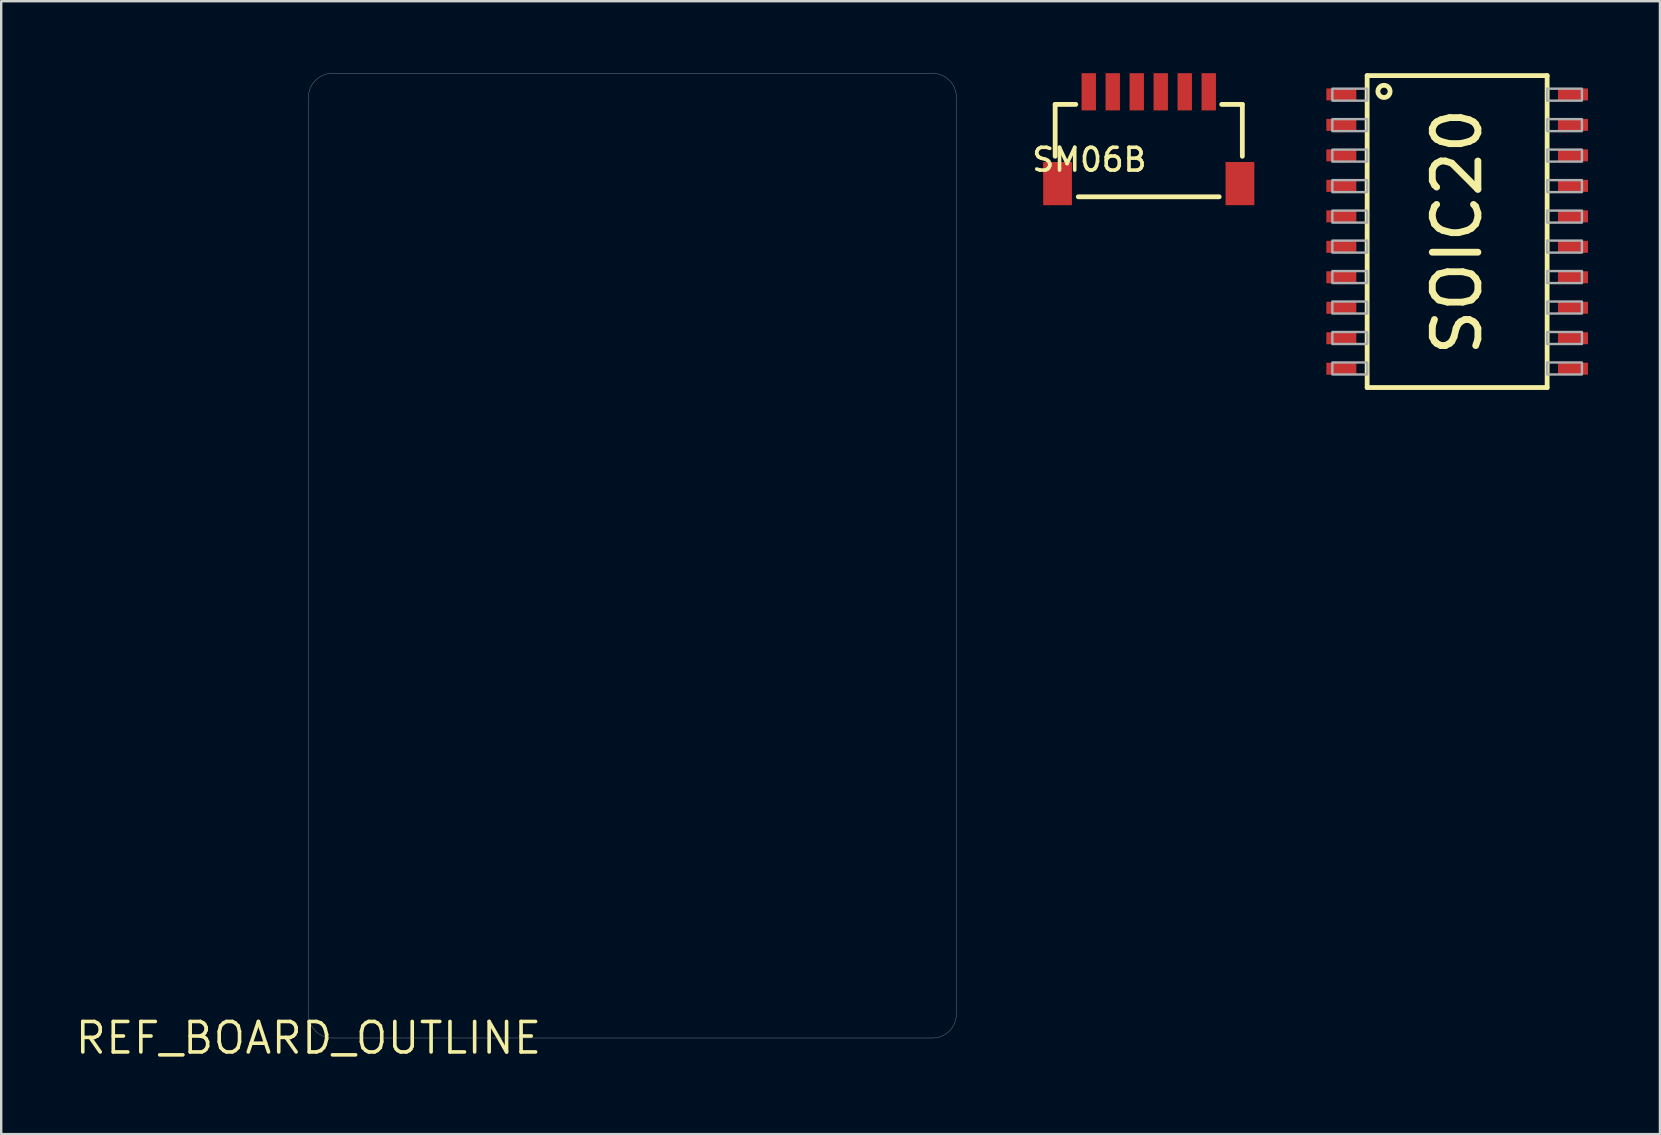
<source format=kicad_pcb>
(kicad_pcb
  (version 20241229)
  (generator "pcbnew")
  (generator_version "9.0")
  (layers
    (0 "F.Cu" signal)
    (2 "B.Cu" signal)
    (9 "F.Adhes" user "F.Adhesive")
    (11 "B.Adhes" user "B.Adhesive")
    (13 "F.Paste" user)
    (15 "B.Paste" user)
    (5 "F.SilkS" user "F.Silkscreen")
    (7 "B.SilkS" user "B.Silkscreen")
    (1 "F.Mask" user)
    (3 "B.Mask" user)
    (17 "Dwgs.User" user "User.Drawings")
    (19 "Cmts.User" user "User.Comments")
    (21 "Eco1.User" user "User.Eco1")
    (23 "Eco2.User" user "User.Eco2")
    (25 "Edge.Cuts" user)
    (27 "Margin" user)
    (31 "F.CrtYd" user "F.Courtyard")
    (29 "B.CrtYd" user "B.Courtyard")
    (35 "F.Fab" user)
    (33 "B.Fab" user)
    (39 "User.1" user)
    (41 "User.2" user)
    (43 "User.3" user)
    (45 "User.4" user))
  (footprint "SM06B"
    (layer "F.Cu")
    (at 44.819 3.05)
    (property "Reference" "SM06B" (at 0 0 0) (layer "F.SilkS") (effects (font (size 0.95 0.95) (thickness 0.15)) (justify right top)))
    (attr through_hole)
    (fp_line (start -3.9 0.412) (end -3.9 -1.75) (stroke (width 0.2) (type solid)) (layer "F.SilkS"))
    (fp_line (start -3.04 -1.75) (end -3.9 -1.75) (stroke (width 0.2) (type solid)) (layer "F.SilkS"))
    (fp_line (start -2.936 2.1) (end 2.936 2.1) (stroke (width 0.2) (type solid)) (layer "F.SilkS"))
    (fp_line (start 3.04 -1.75) (end 3.9 -1.75) (stroke (width 0.2) (type solid)) (layer "F.SilkS"))
    (fp_line (start 3.9 -1.75) (end 3.9 0.412) (stroke (width 0.2) (type solid)) (layer "F.SilkS"))
    (pad "1" smd rect (at -2.5 -2.275) (size 0.6 1.55) (layers "F.Cu" "F.Mask" "F.Paste"))
    (pad "2" smd rect (at -1.5 -2.275) (size 0.6 1.55) (layers "F.Cu" "F.Mask" "F.Paste"))
    (pad "3" smd rect (at -0.5 -2.275) (size 0.6 1.55) (layers "F.Cu" "F.Mask" "F.Paste"))
    (pad "4" smd rect (at 0.5 -2.275) (size 0.6 1.55) (layers "F.Cu" "F.Mask" "F.Paste"))
    (pad "5" smd rect (at 1.5 -2.275) (size 0.6 1.55) (layers "F.Cu" "F.Mask" "F.Paste"))
    (pad "6" smd rect (at 2.5 -2.275) (size 0.6 1.55) (layers "F.Cu" "F.Mask" "F.Paste"))
    (pad "G1" smd rect (at -3.8 1.55) (size 1.2 1.8) (layers "F.Cu" "F.Mask" "F.Paste"))
    (pad "G2" smd rect (at 3.8 1.55) (size 1.2 1.8) (layers "F.Cu" "F.Mask" "F.Paste")))
  (footprint "SOIC20"
    (layer "F.Cu")
    (at 57.67 6.6)
    (property "Reference" "SOIC20" (at 0 0 90) (layer "F.SilkS") (effects (font (size 1.9 1.9) (thickness 0.285))))
    (attr through_hole)
    (fp_line (start -3.75 -6.5) (end -3.75 6.5) (stroke (width 0.2) (type solid)) (layer "F.SilkS"))
    (fp_line (start 3.75 -6.5) (end -3.75 -6.5) (stroke (width 0.2) (type solid)) (layer "F.SilkS"))
    (fp_line (start 3.75 -6.5) (end 3.75 6.5) (stroke (width 0.2) (type solid)) (layer "F.SilkS"))
    (fp_line (start 3.75 6.5) (end -3.75 6.5) (stroke (width 0.2) (type solid)) (layer "F.SilkS"))
    (fp_circle (center -3.048 -5.842) (end -2.794 -5.842) (stroke (width 0.2) (type solid)) (fill no) (layer "F.SilkS"))
    (fp_poly (pts (xy -5.2 -5.955) (xy -5.2 -5.455) (xy -3.75 -5.455) (xy -3.75 -5.955)) (stroke (width 0.1) (type solid)) (fill no) (layer "F.Fab"))
    (fp_poly (pts (xy -5.2 -4.685) (xy -5.2 -4.185) (xy -3.75 -4.185) (xy -3.75 -4.685)) (stroke (width 0.1) (type solid)) (fill no) (layer "F.Fab"))
    (fp_poly (pts (xy -5.2 -3.415) (xy -5.2 -2.915) (xy -3.75 -2.915) (xy -3.75 -3.415)) (stroke (width 0.1) (type solid)) (fill no) (layer "F.Fab"))
    (fp_poly (pts (xy -5.2 -2.145) (xy -5.2 -1.645) (xy -3.75 -1.645) (xy -3.75 -2.145)) (stroke (width 0.1) (type solid)) (fill no) (layer "F.Fab"))
    (fp_poly (pts (xy -5.2 -0.875) (xy -5.2 -0.375) (xy -3.75 -0.375) (xy -3.75 -0.875)) (stroke (width 0.1) (type solid)) (fill no) (layer "F.Fab"))
    (fp_poly (pts (xy -5.2 0.375) (xy -5.2 0.875) (xy -3.75 0.875) (xy -3.75 0.375)) (stroke (width 0.1) (type solid)) (fill no) (layer "F.Fab"))
    (fp_poly (pts (xy -5.2 1.645) (xy -5.2 2.145) (xy -3.75 2.145) (xy -3.75 1.645)) (stroke (width 0.1) (type solid)) (fill no) (layer "F.Fab"))
    (fp_poly (pts (xy -5.2 2.915) (xy -5.2 3.415) (xy -3.75 3.415) (xy -3.75 2.915)) (stroke (width 0.1) (type solid)) (fill no) (layer "F.Fab"))
    (fp_poly (pts (xy -5.2 4.185) (xy -5.2 4.685) (xy -3.75 4.685) (xy -3.75 4.185)) (stroke (width 0.1) (type solid)) (fill no) (layer "F.Fab"))
    (fp_poly (pts (xy -5.2 5.455) (xy -5.2 5.955) (xy -3.75 5.955) (xy -3.75 5.455)) (stroke (width 0.1) (type solid)) (fill no) (layer "F.Fab"))
    (fp_poly (pts (xy 3.75 -5.955) (xy 3.75 -5.455) (xy 5.2 -5.455) (xy 5.2 -5.955)) (stroke (width 0.1) (type solid)) (fill no) (layer "F.Fab"))
    (fp_poly (pts (xy 3.75 -4.685) (xy 3.75 -4.185) (xy 5.2 -4.185) (xy 5.2 -4.685)) (stroke (width 0.1) (type solid)) (fill no) (layer "F.Fab"))
    (fp_poly (pts (xy 3.75 -3.415) (xy 3.75 -2.915) (xy 5.2 -2.915) (xy 5.2 -3.415)) (stroke (width 0.1) (type solid)) (fill no) (layer "F.Fab"))
    (fp_poly (pts (xy 3.75 -2.145) (xy 3.75 -1.645) (xy 5.2 -1.645) (xy 5.2 -2.145)) (stroke (width 0.1) (type solid)) (fill no) (layer "F.Fab"))
    (fp_poly (pts (xy 3.75 -0.875) (xy 3.75 -0.375) (xy 5.2 -0.375) (xy 5.2 -0.875)) (stroke (width 0.1) (type solid)) (fill no) (layer "F.Fab"))
    (fp_poly (pts (xy 3.75 0.375) (xy 3.75 0.875) (xy 5.2 0.875) (xy 5.2 0.375)) (stroke (width 0.1) (type solid)) (fill no) (layer "F.Fab"))
    (fp_poly (pts (xy 3.75 1.645) (xy 3.75 2.145) (xy 5.2 2.145) (xy 5.2 1.645)) (stroke (width 0.1) (type solid)) (fill no) (layer "F.Fab"))
    (fp_poly (pts (xy 3.75 2.915) (xy 3.75 3.415) (xy 5.2 3.415) (xy 5.2 2.915)) (stroke (width 0.1) (type solid)) (fill no) (layer "F.Fab"))
    (fp_poly (pts (xy 3.75 4.185) (xy 3.75 4.685) (xy 5.2 4.685) (xy 5.2 4.185)) (stroke (width 0.1) (type solid)) (fill no) (layer "F.Fab"))
    (fp_poly (pts (xy 3.75 5.455) (xy 3.75 5.955) (xy 5.2 5.955) (xy 5.2 5.455)) (stroke (width 0.1) (type solid)) (fill no) (layer "F.Fab"))
    (pad "1" smd rect (at -4.826 -5.715) (size 1.25 0.5) (layers "F.Cu" "F.Mask" "F.Paste"))
    (pad "2" smd rect (at -4.826 -4.445) (size 1.25 0.5) (layers "F.Cu" "F.Mask" "F.Paste"))
    (pad "3" smd rect (at -4.826 -3.175) (size 1.25 0.5) (layers "F.Cu" "F.Mask" "F.Paste"))
    (pad "4" smd rect (at -4.826 -1.905) (size 1.25 0.5) (layers "F.Cu" "F.Mask" "F.Paste"))
    (pad "5" smd rect (at -4.826 -0.635) (size 1.25 0.5) (layers "F.Cu" "F.Mask" "F.Paste"))
    (pad "6" smd rect (at -4.826 0.635) (size 1.25 0.5) (layers "F.Cu" "F.Mask" "F.Paste"))
    (pad "7" smd rect (at -4.826 1.905) (size 1.25 0.5) (layers "F.Cu" "F.Mask" "F.Paste"))
    (pad "8" smd rect (at -4.826 3.175) (size 1.25 0.5) (layers "F.Cu" "F.Mask" "F.Paste"))
    (pad "9" smd rect (at -4.826 4.445) (size 1.25 0.5) (layers "F.Cu" "F.Mask" "F.Paste"))
    (pad "10" smd rect (at -4.826 5.715) (size 1.25 0.5) (layers "F.Cu" "F.Mask" "F.Paste"))
    (pad "11" smd rect (at 4.826 5.715) (size 1.25 0.5) (layers "F.Cu" "F.Mask" "F.Paste"))
    (pad "12" smd rect (at 4.826 4.445) (size 1.25 0.5) (layers "F.Cu" "F.Mask" "F.Paste"))
    (pad "13" smd rect (at 4.826 3.175) (size 1.25 0.5) (layers "F.Cu" "F.Mask" "F.Paste"))
    (pad "14" smd rect (at 4.826 1.905) (size 1.25 0.5) (layers "F.Cu" "F.Mask" "F.Paste"))
    (pad "15" smd rect (at 4.826 0.635) (size 1.25 0.5) (layers "F.Cu" "F.Mask" "F.Paste"))
    (pad "16" smd rect (at 4.826 -0.635) (size 1.25 0.5) (layers "F.Cu" "F.Mask" "F.Paste"))
    (pad "17" smd rect (at 4.826 -1.905) (size 1.25 0.5) (layers "F.Cu" "F.Mask" "F.Paste"))
    (pad "18" smd rect (at 4.826 -3.175) (size 1.25 0.5) (layers "F.Cu" "F.Mask" "F.Paste"))
    (pad "19" smd rect (at 4.826 -4.445) (size 1.25 0.5) (layers "F.Cu" "F.Mask" "F.Paste"))
    (pad "20" smd rect (at 4.826 -5.715) (size 1.25 0.5) (layers "F.Cu" "F.Mask" "F.Paste")))
  (footprint "REF_BOARD_OUTLINE"
    (layer "F.Cu")
    (at 9.804 40.205)
    (property "Reference" "REF_BOARD_OUTLINE" (at 0 0 0) (layer "F.SilkS") (effects (font (size 1.27 1.27) (thickness 0.15))))
    (attr through_hole)
    (fp_line (start 0 -39.2) (end 0 -38.95) (stroke (width 0.01) (type solid)) (layer "Edge.Cuts"))
    (fp_line (start 0 -38.65) (end 0 -38.95) (stroke (width 0.01) (type solid)) (layer "Edge.Cuts"))
    (fp_line (start 0 -1) (end 0 -38.65) (stroke (width 0.01) (type solid)) (layer "Edge.Cuts"))
    (fp_line (start 26 -40.2) (end 1 -40.2) (stroke (width 0.01) (type solid)) (layer "Edge.Cuts"))
    (fp_line (start 26 0) (end 1 0) (stroke (width 0.01) (type solid)) (layer "Edge.Cuts"))
    (fp_line (start 27 -39.2) (end 27 -1) (stroke (width 0.01) (type solid)) (layer "Edge.Cuts"))
    (fp_arc (start 0 -39.2) (mid 0.292893 -39.907107) (end 1 -40.2) (stroke (width 0.01) (type solid)) (layer "Edge.Cuts"))
    (fp_arc (start 1 0) (mid 0.292893 -0.292893) (end 0 -1) (stroke (width 0.01) (type solid)) (layer "Edge.Cuts"))
    (fp_arc (start 26 -40.2) (mid 26.707107 -39.907107) (end 27 -39.2) (stroke (width 0.01) (type solid)) (layer "Edge.Cuts"))
    (fp_arc (start 27 -1) (mid 26.707107 -0.292893) (end 26 0) (stroke (width 0.01) (type solid)) (layer "Edge.Cuts")))
  (gr_rect
    (start -3 -3)
    (end 66.121 44.211)
    (stroke (width 0.1) (type default))
    (fill no)
    (layer "Edge.Cuts")))
</source>
